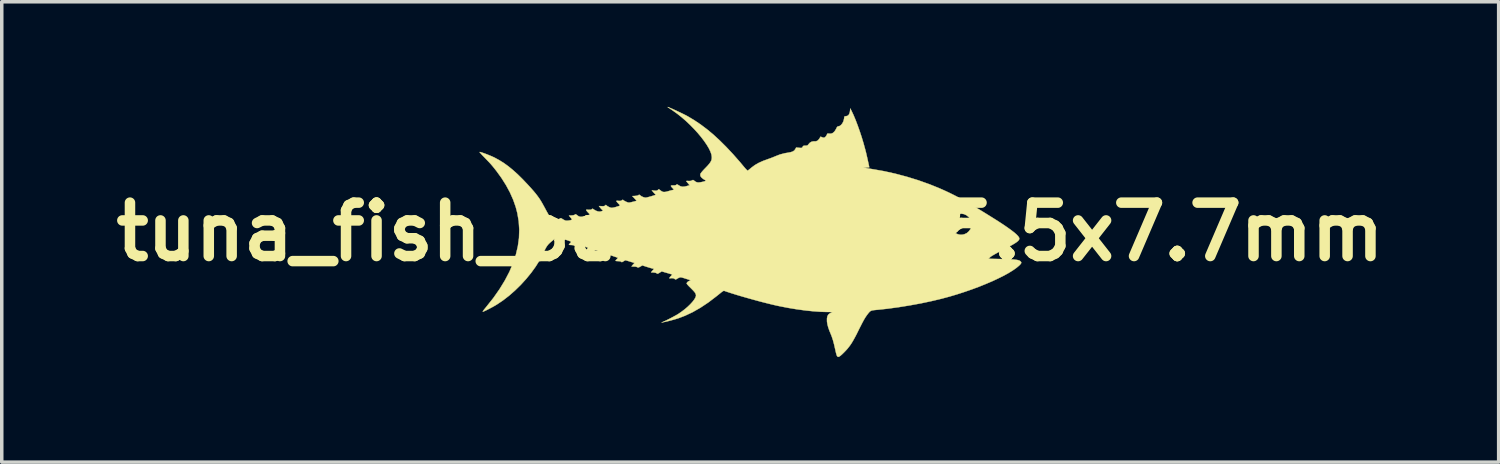
<source format=kicad_pcb>
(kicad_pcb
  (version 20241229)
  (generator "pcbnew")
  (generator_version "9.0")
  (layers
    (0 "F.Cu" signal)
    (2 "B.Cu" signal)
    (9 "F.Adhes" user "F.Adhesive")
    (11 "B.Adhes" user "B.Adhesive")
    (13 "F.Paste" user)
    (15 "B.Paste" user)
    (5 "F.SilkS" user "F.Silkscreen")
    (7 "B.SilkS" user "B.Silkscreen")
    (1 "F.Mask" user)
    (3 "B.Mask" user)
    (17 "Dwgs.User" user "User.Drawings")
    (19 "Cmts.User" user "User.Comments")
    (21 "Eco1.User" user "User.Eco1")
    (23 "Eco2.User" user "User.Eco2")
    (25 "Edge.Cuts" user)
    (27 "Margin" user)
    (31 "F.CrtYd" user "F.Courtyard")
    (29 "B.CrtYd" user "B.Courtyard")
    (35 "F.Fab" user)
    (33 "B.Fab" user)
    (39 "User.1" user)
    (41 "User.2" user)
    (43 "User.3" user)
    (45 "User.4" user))
  (footprint "tuna_fish_back3_R_15.5x7.7mm"
    (layer "F.Cu")
    (at 18.368 3.57)
    (property "Reference" "tuna_fish_back3_R_15.5x7.7mm" (at 0 0 0) (layer "F.SilkS") (effects (font (size 1.524 1.524) (thickness 0.3))))
    (attr through_hole)
    (fp_poly (pts (xy 6.089 -0.304) (xy 6.119 -0.275) (xy 6.132 -0.235) (xy 6.132 -0.23) (xy 6.121 -0.189) (xy 6.093 -0.158) (xy 6.053 -0.145) (xy 6.048 -0.145) (xy 6.012 -0.153) (xy 5.987 -0.169) (xy 5.966 -0.205) (xy 5.965 -0.243) (xy 5.98 -0.279) (xy 6.009 -0.305) (xy 6.048 -0.314) (xy 6.089 -0.304)) (stroke (width 0.01) (type solid)) (fill yes) (layer "F.SilkS"))
    (fp_poly (pts (xy -2.332 -3.558) (xy -2.295 -3.542) (xy -2.244 -3.521) (xy -2.185 -3.494) (xy -2.119 -3.464) (xy -2.051 -3.432) (xy -1.983 -3.4) (xy -1.917 -3.368) (xy -1.859 -3.339) (xy -1.809 -3.313) (xy -1.785 -3.3) (xy -1.599 -3.189) (xy -1.416 -3.066) (xy -1.234 -2.929) (xy -1.052 -2.778) (xy -0.869 -2.609) (xy -0.682 -2.423) (xy -0.49 -2.218) (xy -0.292 -1.993) (xy -0.165 -1.841) (xy -0.126 -1.796) (xy -0.095 -1.765) (xy -0.074 -1.75) (xy -0.068 -1.75) (xy -0.054 -1.761) (xy -0.025 -1.784) (xy 0.013 -1.815) (xy 0.044 -1.841) (xy 0.135 -1.908) (xy 0.241 -1.969) (xy 0.365 -2.025) (xy 0.499 -2.074) (xy 0.564 -2.097) (xy 0.633 -2.123) (xy 0.696 -2.149) (xy 0.72 -2.159) (xy 0.851 -2.21) (xy 0.991 -2.246) (xy 1.082 -2.261) (xy 1.16 -2.276) (xy 1.217 -2.296) (xy 1.259 -2.324) (xy 1.287 -2.362) (xy 1.288 -2.363) (xy 1.312 -2.408) (xy 1.394 -2.4) (xy 1.437 -2.397) (xy 1.463 -2.397) (xy 1.479 -2.404) (xy 1.49 -2.418) (xy 1.495 -2.427) (xy 1.51 -2.448) (xy 1.528 -2.459) (xy 1.559 -2.462) (xy 1.576 -2.462) (xy 1.614 -2.463) (xy 1.637 -2.471) (xy 1.656 -2.489) (xy 1.666 -2.504) (xy 1.707 -2.548) (xy 1.757 -2.576) (xy 1.81 -2.585) (xy 1.824 -2.584) (xy 1.881 -2.586) (xy 1.931 -2.61) (xy 1.972 -2.657) (xy 1.977 -2.665) (xy 2.009 -2.719) (xy 2.056 -2.7) (xy 2.088 -2.69) (xy 2.109 -2.689) (xy 2.131 -2.7) (xy 2.136 -2.703) (xy 2.162 -2.728) (xy 2.183 -2.763) (xy 2.186 -2.769) (xy 2.199 -2.798) (xy 2.212 -2.809) (xy 2.235 -2.808) (xy 2.246 -2.806) (xy 2.306 -2.803) (xy 2.36 -2.824) (xy 2.408 -2.868) (xy 2.449 -2.934) (xy 2.453 -2.942) (xy 2.473 -2.983) (xy 2.491 -3.005) (xy 2.509 -3.012) (xy 2.51 -3.012) (xy 2.554 -3.023) (xy 2.596 -3.054) (xy 2.633 -3.101) (xy 2.662 -3.16) (xy 2.679 -3.226) (xy 2.681 -3.24) (xy 2.686 -3.276) (xy 2.693 -3.295) (xy 2.708 -3.301) (xy 2.73 -3.302) (xy 2.778 -3.313) (xy 2.815 -3.344) (xy 2.839 -3.396) (xy 2.849 -3.447) (xy 2.858 -3.524) (xy 2.893 -3.455) (xy 2.949 -3.336) (xy 3.008 -3.196) (xy 3.067 -3.041) (xy 3.126 -2.875) (xy 3.183 -2.702) (xy 3.236 -2.526) (xy 3.284 -2.351) (xy 3.307 -2.262) (xy 3.317 -2.218) (xy 3.33 -2.162) (xy 3.344 -2.1) (xy 3.358 -2.035) (xy 3.372 -1.973) (xy 3.384 -1.918) (xy 3.393 -1.875) (xy 3.398 -1.848) (xy 3.399 -1.842) (xy 3.388 -1.84) (xy 3.359 -1.838) (xy 3.318 -1.837) (xy 3.317 -1.837) (xy 3.235 -1.836) (xy 3.314 -1.821) (xy 3.366 -1.812) (xy 3.429 -1.801) (xy 3.49 -1.791) (xy 3.496 -1.79) (xy 3.815 -1.734) (xy 4.144 -1.661) (xy 4.475 -1.573) (xy 4.802 -1.472) (xy 5.119 -1.359) (xy 5.372 -1.257) (xy 5.483 -1.209) (xy 5.589 -1.161) (xy 5.693 -1.112) (xy 5.796 -1.061) (xy 5.902 -1.007) (xy 6.012 -0.947) (xy 6.129 -0.882) (xy 6.254 -0.81) (xy 6.391 -0.729) (xy 6.541 -0.638) (xy 6.706 -0.537) (xy 6.889 -0.423) (xy 6.894 -0.42) (xy 7.066 -0.312) (xy 7.216 -0.214) (xy 7.345 -0.126) (xy 7.453 -0.048) (xy 7.54 0.019) (xy 7.606 0.077) (xy 7.651 0.125) (xy 7.676 0.164) (xy 7.679 0.17) (xy 7.683 0.192) (xy 7.679 0.214) (xy 7.666 0.238) (xy 7.641 0.264) (xy 7.604 0.294) (xy 7.553 0.328) (xy 7.486 0.368) (xy 7.402 0.415) (xy 7.299 0.47) (xy 7.176 0.534) (xy 7.154 0.545) (xy 7.049 0.6) (xy 6.965 0.647) (xy 6.902 0.684) (xy 6.86 0.713) (xy 6.847 0.725) (xy 6.805 0.768) (xy 7.186 0.776) (xy 7.309 0.779) (xy 7.412 0.783) (xy 7.494 0.787) (xy 7.56 0.793) (xy 7.612 0.8) (xy 7.652 0.808) (xy 7.682 0.818) (xy 7.705 0.831) (xy 7.718 0.842) (xy 7.736 0.864) (xy 7.738 0.888) (xy 7.721 0.917) (xy 7.686 0.954) (xy 7.684 0.957) (xy 7.602 1.026) (xy 7.498 1.099) (xy 7.375 1.175) (xy 7.234 1.253) (xy 7.076 1.331) (xy 6.905 1.411) (xy 6.721 1.489) (xy 6.528 1.567) (xy 6.326 1.642) (xy 6.118 1.714) (xy 5.905 1.783) (xy 5.69 1.847) (xy 5.474 1.905) (xy 5.472 1.906) (xy 5.182 1.975) (xy 4.876 2.04) (xy 4.559 2.098) (xy 4.239 2.15) (xy 3.923 2.193) (xy 3.618 2.226) (xy 3.61 2.226) (xy 3.542 2.233) (xy 3.492 2.24) (xy 3.454 2.251) (xy 3.423 2.269) (xy 3.394 2.298) (xy 3.36 2.339) (xy 3.323 2.389) (xy 3.287 2.442) (xy 3.244 2.514) (xy 3.194 2.608) (xy 3.136 2.722) (xy 3.101 2.791) (xy 3.039 2.917) (xy 2.983 3.023) (xy 2.932 3.114) (xy 2.884 3.193) (xy 2.835 3.262) (xy 2.785 3.326) (xy 2.731 3.387) (xy 2.676 3.444) (xy 2.618 3.5) (xy 2.573 3.539) (xy 2.54 3.561) (xy 2.515 3.569) (xy 2.495 3.562) (xy 2.479 3.543) (xy 2.475 3.535) (xy 2.465 3.509) (xy 2.453 3.466) (xy 2.44 3.413) (xy 2.432 3.375) (xy 2.397 3.221) (xy 2.362 3.089) (xy 2.325 2.978) (xy 2.304 2.926) (xy 2.259 2.817) (xy 2.227 2.724) (xy 2.206 2.644) (xy 2.194 2.573) (xy 2.192 2.551) (xy 2.192 2.47) (xy 2.204 2.407) (xy 2.231 2.36) (xy 2.273 2.326) (xy 2.317 2.305) (xy 2.335 2.298) (xy 2.342 2.293) (xy 2.336 2.29) (xy 2.315 2.288) (xy 2.274 2.287) (xy 2.213 2.287) (xy 2.201 2.287) (xy 2.006 2.281) (xy 1.794 2.266) (xy 1.567 2.242) (xy 1.331 2.21) (xy 1.089 2.17) (xy 0.847 2.123) (xy 0.756 2.104) (xy 0.619 2.072) (xy 0.465 2.034) (xy 0.3 1.992) (xy 0.127 1.945) (xy -0.049 1.896) (xy -0.221 1.847) (xy -0.387 1.798) (xy -0.54 1.75) (xy -0.676 1.706) (xy -0.722 1.69) (xy -0.735 1.685) (xy -0.746 1.682) (xy -0.757 1.683) (xy -0.771 1.689) (xy -0.791 1.701) (xy -0.82 1.722) (xy -0.859 1.754) (xy -0.913 1.797) (xy -0.969 1.842) (xy -1.195 2.014) (xy -1.42 2.164) (xy -1.643 2.291) (xy -1.864 2.395) (xy -2.032 2.459) (xy -2.096 2.48) (xy -2.172 2.502) (xy -2.253 2.525) (xy -2.333 2.546) (xy -2.406 2.563) (xy -2.466 2.576) (xy -2.492 2.581) (xy -2.534 2.587) (xy -2.498 2.573) (xy -2.448 2.551) (xy -2.384 2.521) (xy -2.311 2.484) (xy -2.235 2.445) (xy -2.162 2.405) (xy -2.098 2.37) (xy -2.053 2.343) (xy -1.96 2.279) (xy -1.87 2.211) (xy -1.787 2.14) (xy -1.713 2.069) (xy -1.65 2) (xy -1.6 1.936) (xy -1.566 1.879) (xy -1.549 1.831) (xy -1.548 1.817) (xy -1.552 1.786) (xy -1.564 1.755) (xy -1.588 1.719) (xy -1.626 1.676) (xy -1.679 1.622) (xy -1.694 1.607) (xy -1.738 1.564) (xy -1.775 1.525) (xy -1.801 1.494) (xy -1.814 1.475) (xy -1.814 1.472) (xy -1.804 1.446) (xy -1.777 1.42) (xy -1.742 1.399) (xy -1.724 1.393) (xy -1.709 1.388) (xy -1.706 1.383) (xy -1.718 1.375) (xy -1.748 1.365) (xy -1.796 1.35) (xy -1.849 1.333) (xy -1.897 1.318) (xy -1.933 1.307) (xy -1.942 1.304) (xy -1.986 1.296) (xy -2.03 1.306) (xy -2.081 1.334) (xy -2.085 1.336) (xy -2.114 1.354) (xy -2.132 1.359) (xy -2.145 1.352) (xy -2.148 1.349) (xy -2.187 1.326) (xy -2.24 1.32) (xy -2.268 1.324) (xy -2.296 1.326) (xy -2.31 1.323) (xy -2.31 1.321) (xy -2.303 1.308) (xy -2.283 1.283) (xy -2.267 1.265) (xy -2.243 1.239) (xy -2.229 1.221) (xy -2.228 1.217) (xy -2.24 1.212) (xy -2.271 1.203) (xy -2.317 1.189) (xy -2.372 1.173) (xy -2.379 1.171) (xy -2.526 1.128) (xy -2.572 1.156) (xy -2.611 1.18) (xy -2.636 1.192) (xy -2.651 1.194) (xy -2.664 1.187) (xy -2.671 1.181) (xy -2.697 1.169) (xy -2.74 1.161) (xy -2.762 1.159) (xy -2.832 1.155) (xy -2.79 1.106) (xy -2.747 1.056) (xy -2.809 1.041) (xy -2.85 1.029) (xy -2.904 1.013) (xy -2.961 0.995) (xy -2.975 0.991) (xy -3.078 0.957) (xy -3.139 0.991) (xy -3.174 1.01) (xy -3.196 1.017) (xy -3.212 1.015) (xy -3.228 1.006) (xy -3.268 0.992) (xy -3.322 0.989) (xy -3.358 0.99) (xy -3.381 0.988) (xy -3.387 0.986) (xy -3.379 0.974) (xy -3.36 0.951) (xy -3.345 0.933) (xy -3.303 0.887) (xy -3.427 0.849) (xy -3.479 0.833) (xy -3.522 0.82) (xy -3.552 0.812) (xy -3.563 0.81) (xy -3.579 0.817) (xy -3.607 0.833) (xy -3.62 0.841) (xy -3.649 0.859) (xy -3.666 0.864) (xy -3.68 0.857) (xy -3.684 0.853) (xy -3.711 0.84) (xy -3.759 0.835) (xy -3.775 0.835) (xy -3.813 0.833) (xy -3.839 0.829) (xy -3.846 0.825) (xy -3.838 0.811) (xy -3.818 0.788) (xy -3.81 0.78) (xy -3.789 0.758) (xy -3.779 0.743) (xy -3.779 0.74) (xy -3.792 0.735) (xy -3.823 0.723) (xy -3.868 0.707) (xy -3.919 0.69) (xy -4.053 0.644) (xy -4.096 0.673) (xy -4.124 0.691) (xy -4.142 0.695) (xy -4.156 0.687) (xy -4.16 0.684) (xy -4.188 0.671) (xy -4.237 0.666) (xy -4.257 0.665) (xy -4.333 0.665) (xy -4.3 0.622) (xy -4.281 0.596) (xy -4.272 0.578) (xy -4.271 0.575) (xy -4.284 0.57) (xy -4.313 0.559) (xy -4.345 0.547) (xy -4.414 0.523) (xy -4.466 0.555) (xy -4.497 0.574) (xy -4.515 0.58) (xy -4.528 0.576) (xy -4.539 0.566) (xy -4.56 0.553) (xy -4.593 0.546) (xy -4.635 0.544) (xy -4.71 0.544) (xy -4.669 0.502) (xy -4.647 0.476) (xy -4.636 0.458) (xy -4.636 0.452) (xy -4.65 0.445) (xy -4.681 0.433) (xy -4.726 0.416) (xy -4.773 0.399) (xy -4.902 0.353) (xy -4.95 0.383) (xy -4.98 0.401) (xy -4.998 0.406) (xy -5.012 0.399) (xy -5.019 0.394) (xy -5.05 0.38) (xy -5.103 0.375) (xy -5.108 0.375) (xy -5.145 0.373) (xy -5.17 0.369) (xy -5.177 0.365) (xy -5.169 0.351) (xy -5.149 0.329) (xy -5.14 0.32) (xy -5.122 0.302) (xy -5.115 0.289) (xy -5.121 0.277) (xy -5.144 0.266) (xy -5.186 0.25) (xy -5.21 0.242) (xy -5.251 0.229) (xy -5.277 0.223) (xy -5.298 0.225) (xy -5.32 0.234) (xy -5.324 0.237) (xy -5.357 0.256) (xy -5.384 0.274) (xy -5.385 0.275) (xy -5.403 0.287) (xy -5.418 0.282) (xy -5.432 0.271) (xy -5.455 0.257) (xy -5.486 0.251) (xy -5.529 0.25) (xy -5.6 0.252) (xy -5.567 0.208) (xy -5.552 0.188) (xy -5.547 0.177) (xy -5.551 0.178) (xy -5.569 0.19) (xy -5.601 0.215) (xy -5.649 0.254) (xy -5.661 0.263) (xy -5.707 0.302) (xy -5.745 0.337) (xy -5.776 0.371) (xy -5.804 0.409) (xy -5.832 0.454) (xy -5.862 0.511) (xy -5.897 0.583) (xy -5.924 0.641) (xy -6.014 0.814) (xy -6.125 0.991) (xy -6.253 1.168) (xy -6.396 1.343) (xy -6.551 1.513) (xy -6.716 1.674) (xy -6.887 1.824) (xy -7.062 1.959) (xy -7.231 2.072) (xy -7.284 2.104) (xy -7.346 2.139) (xy -7.413 2.175) (xy -7.479 2.209) (xy -7.539 2.24) (xy -7.59 2.263) (xy -7.625 2.278) (xy -7.63 2.279) (xy -7.636 2.277) (xy -7.628 2.26) (xy -7.606 2.229) (xy -7.568 2.182) (xy -7.533 2.139) (xy -7.332 1.886) (xy -7.156 1.635) (xy -7.004 1.386) (xy -6.875 1.14) (xy -6.771 0.896) (xy -6.691 0.654) (xy -6.634 0.413) (xy -6.601 0.175) (xy -6.593 -0.062) (xy -6.603 -0.218) (xy 5.721 -0.218) (xy 5.732 -0.145) (xy 5.762 -0.075) (xy 5.807 -0.013) (xy 5.864 0.036) (xy 5.924 0.066) (xy 5.989 0.081) (xy 6.046 0.082) (xy 6.109 0.069) (xy 6.117 0.066) (xy 6.184 0.035) (xy 6.242 -0.016) (xy 6.288 -0.079) (xy 6.317 -0.151) (xy 6.326 -0.218) (xy 6.314 -0.294) (xy 6.283 -0.365) (xy 6.234 -0.427) (xy 6.172 -0.476) (xy 6.102 -0.508) (xy 6.025 -0.52) (xy 6.023 -0.52) (xy 5.947 -0.509) (xy 5.876 -0.477) (xy 5.814 -0.428) (xy 5.765 -0.367) (xy 5.733 -0.296) (xy 5.721 -0.22) (xy 5.721 -0.218) (xy -6.603 -0.218) (xy -6.608 -0.297) (xy -6.647 -0.53) (xy -6.694 -0.711) (xy -6.766 -0.916) (xy -6.859 -1.126) (xy -6.972 -1.335) (xy -7.102 -1.541) (xy -7.247 -1.741) (xy -7.26 -1.757) (xy -7.311 -1.822) (xy -7.355 -1.876) (xy -7.396 -1.924) (xy -7.438 -1.971) (xy -7.486 -2.021) (xy -7.544 -2.081) (xy -7.593 -2.132) (xy -7.639 -2.179) (xy -7.678 -2.221) (xy -7.707 -2.254) (xy -7.724 -2.274) (xy -7.727 -2.28) (xy -7.712 -2.28) (xy -7.679 -2.271) (xy -7.632 -2.256) (xy -7.575 -2.236) (xy -7.512 -2.212) (xy -7.448 -2.186) (xy -7.385 -2.16) (xy -7.328 -2.134) (xy -7.302 -2.122) (xy -7.168 -2.049) (xy -7.037 -1.968) (xy -6.907 -1.874) (xy -6.776 -1.767) (xy -6.64 -1.645) (xy -6.498 -1.505) (xy -6.354 -1.353) (xy -6.265 -1.256) (xy -6.19 -1.171) (xy -6.127 -1.096) (xy -6.073 -1.026) (xy -6.024 -0.958) (xy -5.978 -0.887) (xy -5.933 -0.81) (xy -5.885 -0.723) (xy -5.862 -0.681) (xy -5.828 -0.617) (xy -5.795 -0.557) (xy -5.765 -0.505) (xy -5.742 -0.467) (xy -5.734 -0.455) (xy -5.697 -0.409) (xy -5.648 -0.358) (xy -5.593 -0.31) (xy -5.542 -0.271) (xy -5.525 -0.261) (xy -5.504 -0.249) (xy -5.497 -0.247) (xy -5.503 -0.257) (xy -5.525 -0.282) (xy -5.537 -0.294) (xy -5.563 -0.325) (xy -5.582 -0.349) (xy -5.588 -0.36) (xy -5.577 -0.364) (xy -5.549 -0.366) (xy -5.521 -0.365) (xy -5.474 -0.364) (xy -5.444 -0.372) (xy -5.431 -0.38) (xy -5.417 -0.391) (xy -5.402 -0.391) (xy -5.38 -0.38) (xy -5.357 -0.365) (xy -5.317 -0.342) (xy -5.279 -0.325) (xy -5.264 -0.321) (xy -5.232 -0.319) (xy -5.187 -0.323) (xy -5.14 -0.331) (xy -5.102 -0.341) (xy -5.089 -0.347) (xy -5.091 -0.358) (xy -5.106 -0.382) (xy -5.128 -0.409) (xy -5.176 -0.466) (xy -5.101 -0.469) (xy -5.049 -0.475) (xy -5.014 -0.486) (xy -5.005 -0.492) (xy -4.99 -0.503) (xy -4.975 -0.5) (xy -4.952 -0.484) (xy -4.947 -0.48) (xy -4.907 -0.451) (xy -4.867 -0.434) (xy -4.823 -0.43) (xy -4.767 -0.438) (xy -4.705 -0.454) (xy -4.655 -0.468) (xy -4.614 -0.481) (xy -4.588 -0.489) (xy -4.582 -0.492) (xy -4.584 -0.502) (xy -4.601 -0.524) (xy -4.62 -0.544) (xy -4.649 -0.575) (xy -4.671 -0.602) (xy -4.679 -0.614) (xy -4.684 -0.626) (xy -4.679 -0.632) (xy -4.659 -0.634) (xy -4.619 -0.631) (xy -4.574 -0.63) (xy -4.544 -0.635) (xy -4.524 -0.647) (xy -4.524 -0.647) (xy -4.508 -0.659) (xy -4.494 -0.659) (xy -4.472 -0.646) (xy -4.46 -0.636) (xy -4.407 -0.605) (xy -4.35 -0.584) (xy -4.296 -0.578) (xy -4.266 -0.583) (xy -4.234 -0.593) (xy -4.21 -0.6) (xy -4.21 -0.6) (xy -4.202 -0.607) (xy -4.214 -0.62) (xy -4.218 -0.623) (xy -4.241 -0.643) (xy -4.269 -0.674) (xy -4.281 -0.689) (xy -4.319 -0.737) (xy -4.239 -0.734) (xy -4.193 -0.734) (xy -4.165 -0.738) (xy -4.149 -0.747) (xy -4.142 -0.754) (xy -4.128 -0.77) (xy -4.115 -0.766) (xy -4.106 -0.757) (xy -4.071 -0.731) (xy -4.023 -0.706) (xy -3.976 -0.688) (xy -3.949 -0.686) (xy -3.909 -0.692) (xy -3.853 -0.705) (xy -3.779 -0.728) (xy -3.726 -0.745) (xy -3.721 -0.754) (xy -3.732 -0.774) (xy -3.757 -0.802) (xy -3.795 -0.842) (xy -3.816 -0.868) (xy -3.822 -0.882) (xy -3.811 -0.887) (xy -3.784 -0.887) (xy -3.761 -0.885) (xy -3.715 -0.884) (xy -3.686 -0.888) (xy -3.666 -0.9) (xy -3.664 -0.901) (xy -3.645 -0.916) (xy -3.63 -0.913) (xy -3.619 -0.904) (xy -3.589 -0.883) (xy -3.547 -0.862) (xy -3.504 -0.844) (xy -3.468 -0.835) (xy -3.461 -0.835) (xy -3.441 -0.838) (xy -3.405 -0.845) (xy -3.361 -0.856) (xy -3.315 -0.867) (xy -3.276 -0.878) (xy -3.25 -0.887) (xy -3.245 -0.889) (xy -3.251 -0.898) (xy -3.27 -0.92) (xy -3.298 -0.95) (xy -3.304 -0.956) (xy -3.366 -1.022) (xy -3.289 -1.026) (xy -3.233 -1.032) (xy -3.197 -1.044) (xy -3.19 -1.049) (xy -3.173 -1.061) (xy -3.159 -1.057) (xy -3.141 -1.043) (xy -3.103 -1.015) (xy -3.053 -0.992) (xy -3.005 -0.979) (xy -2.989 -0.977) (xy -2.965 -0.98) (xy -2.924 -0.989) (xy -2.872 -1.003) (xy -2.827 -1.016) (xy -2.696 -1.056) (xy -2.73 -1.094) (xy -2.759 -1.125) (xy -2.784 -1.154) (xy -2.787 -1.158) (xy -2.81 -1.185) (xy -2.738 -1.178) (xy -2.695 -1.175) (xy -2.667 -1.178) (xy -2.645 -1.189) (xy -2.637 -1.195) (xy -2.608 -1.219) (xy -2.565 -1.185) (xy -2.526 -1.158) (xy -2.492 -1.142) (xy -2.456 -1.138) (xy -2.41 -1.143) (xy -2.351 -1.158) (xy -2.335 -1.163) (xy -2.283 -1.178) (xy -2.239 -1.189) (xy -2.208 -1.196) (xy -2.198 -1.197) (xy -2.183 -1.199) (xy -2.18 -1.205) (xy -2.191 -1.222) (xy -2.214 -1.246) (xy -2.248 -1.284) (xy -2.264 -1.308) (xy -2.261 -1.321) (xy -2.24 -1.326) (xy -2.202 -1.327) (xy -2.154 -1.328) (xy -2.123 -1.335) (xy -2.11 -1.344) (xy -2.097 -1.355) (xy -2.082 -1.355) (xy -2.061 -1.343) (xy -2.036 -1.326) (xy -1.986 -1.3) (xy -1.931 -1.289) (xy -1.867 -1.294) (xy -1.799 -1.311) (xy -1.73 -1.332) (xy -1.778 -1.39) (xy -1.803 -1.42) (xy -1.821 -1.443) (xy -1.826 -1.452) (xy -1.815 -1.454) (xy -1.787 -1.455) (xy -1.759 -1.453) (xy -1.707 -1.454) (xy -1.67 -1.465) (xy -1.662 -1.469) (xy -1.641 -1.481) (xy -1.625 -1.48) (xy -1.603 -1.464) (xy -1.596 -1.459) (xy -1.556 -1.43) (xy -1.517 -1.414) (xy -1.472 -1.41) (xy -1.415 -1.417) (xy -1.363 -1.428) (xy -1.312 -1.441) (xy -1.282 -1.451) (xy -1.269 -1.459) (xy -1.271 -1.466) (xy -1.275 -1.469) (xy -1.341 -1.511) (xy -1.387 -1.548) (xy -1.414 -1.582) (xy -1.425 -1.617) (xy -1.422 -1.653) (xy -1.422 -1.654) (xy -1.41 -1.675) (xy -1.384 -1.709) (xy -1.346 -1.753) (xy -1.299 -1.803) (xy -1.282 -1.82) (xy -1.217 -1.888) (xy -1.169 -1.944) (xy -1.135 -1.991) (xy -1.112 -2.034) (xy -1.1 -2.075) (xy -1.096 -2.118) (xy -1.096 -2.135) (xy -1.106 -2.207) (xy -1.135 -2.291) (xy -1.18 -2.385) (xy -1.241 -2.487) (xy -1.315 -2.595) (xy -1.401 -2.708) (xy -1.497 -2.823) (xy -1.603 -2.939) (xy -1.715 -3.053) (xy -1.832 -3.164) (xy -1.954 -3.27) (xy -2.078 -3.369) (xy -2.203 -3.459) (xy -2.244 -3.487) (xy -2.289 -3.516) (xy -2.326 -3.541) (xy -2.35 -3.558) (xy -2.358 -3.564) (xy -2.355 -3.565) (xy -2.332 -3.558)) (stroke (width 0.01) (type solid)) (fill yes) (layer "F.SilkS")))
  (gr_rect
    (start -3 -3)
    (end 39.736 10.144)
    (stroke (width 0.1) (type default))
    (fill no)
    (layer "Edge.Cuts")))
</source>
